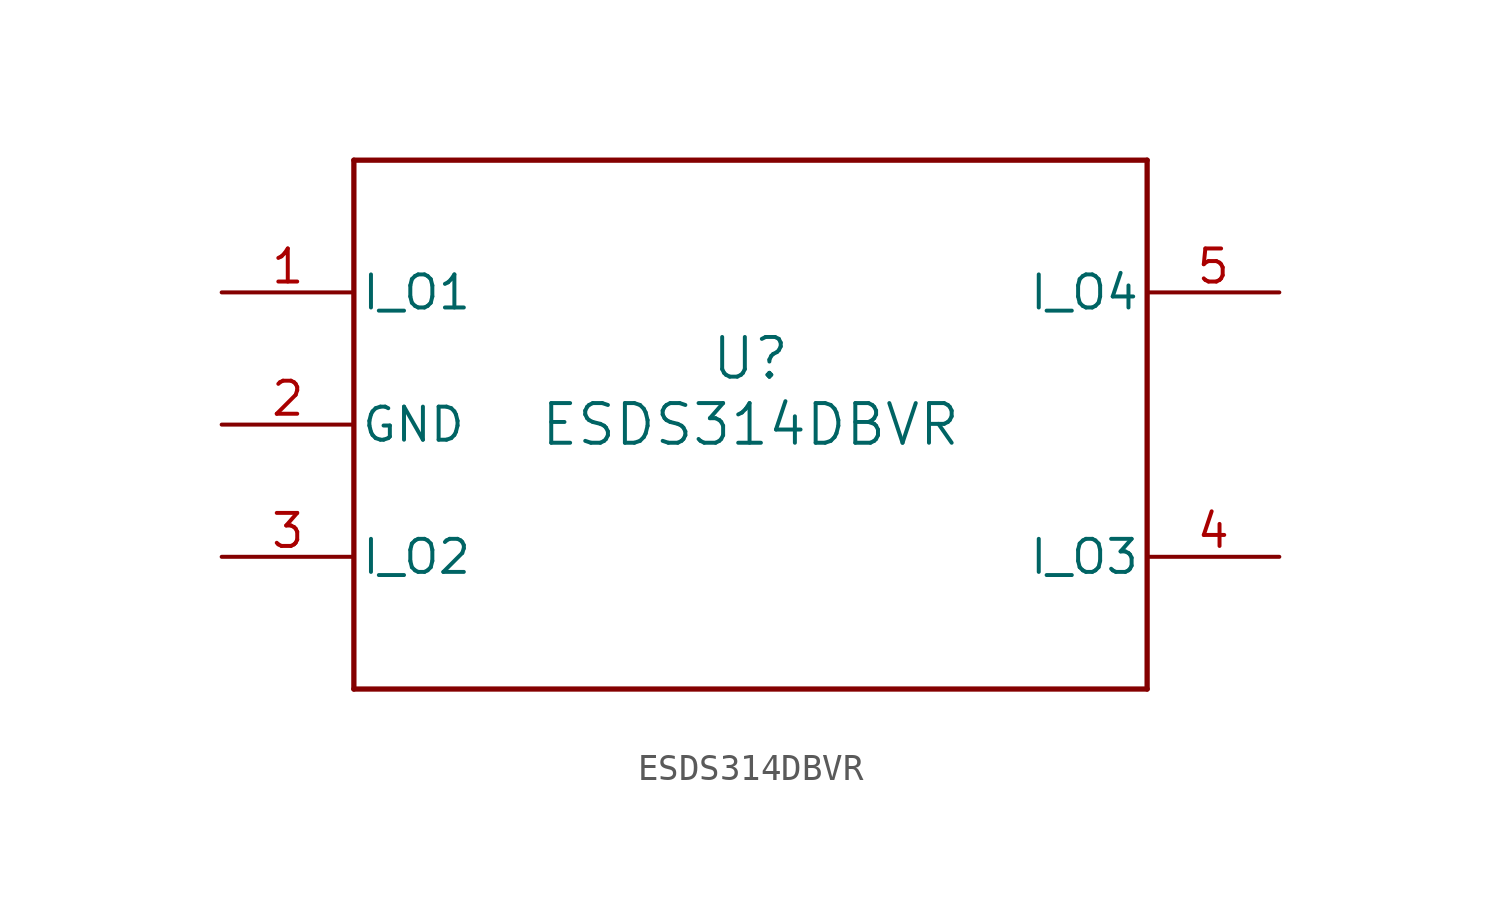
<source format=kicad_sym>
(kicad_symbol_lib
  (version 20211014)
  (generator kicad_symbol_editor)
  (symbol "ESDS314DBVR"
    (pin_names
      (offset 0.254))
    (property "Reference" "U"
      (at 0 2.54 0)
      (effects (font (size 1.524 1.524))))
    (property "Value" "ESDS314DBVR"
      (at 0 0 0)
      (effects (font (size 1.524 1.524))))
    (symbol "ESDS314DBVR_0_1"
      (polyline (pts (xy -15.24 -10.16) (xy 15.24 -10.16)) (stroke (width 0.203) (type default) (color 0 0 0 0)) (fill (type none)))
      (polyline (pts (xy 15.24 -10.16) (xy 15.24 10.16)) (stroke (width 0.203) (type default) (color 0 0 0 0)) (fill (type none)))
      (polyline (pts (xy 15.24 10.16) (xy -15.24 10.16)) (stroke (width 0.203) (type default) (color 0 0 0 0)) (fill (type none)))
      (polyline (pts (xy -15.24 10.16) (xy -15.24 -10.16)) (stroke (width 0.203) (type default) (color 0 0 0 0)) (fill (type none)))
      (pin unspecified line (at -20.32 5.08 0) (length 5.08) (name "I_O1" (effects (font (size 1.27 1.27)))) (number "1" (effects (font (size 1.27 1.27)))))
      (pin power_in line (at -20.32 0 0) (length 5.08) (name "GND" (effects (font (size 1.27 1.27)))) (number "2" (effects (font (size 1.27 1.27)))))
      (pin unspecified line (at -20.32 -5.08 0) (length 5.08) (name "I_O2" (effects (font (size 1.27 1.27)))) (number "3" (effects (font (size 1.27 1.27)))))
      (pin bidirectional line (at 20.32 -5.08 180) (length 5.08) (name "I_O3" (effects (font (size 1.27 1.27)))) (number "4" (effects (font (size 1.27 1.27)))))
      (pin bidirectional line (at 20.32 5.08 180) (length 5.08) (name "I_O4" (effects (font (size 1.27 1.27)))) (number "5" (effects (font (size 1.27 1.27))))))))
</source>
